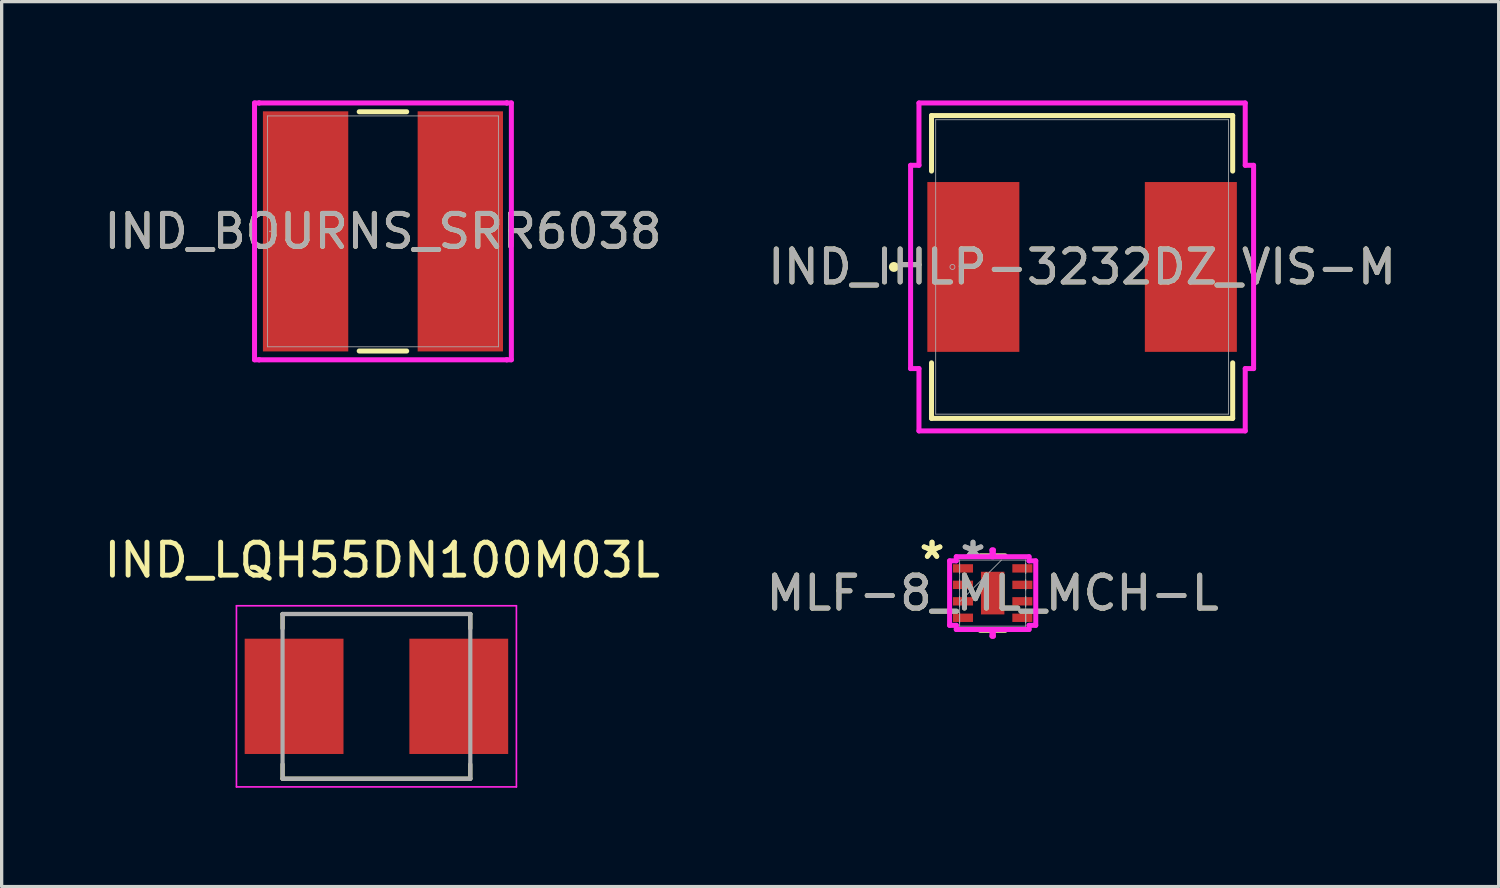
<source format=kicad_pcb>
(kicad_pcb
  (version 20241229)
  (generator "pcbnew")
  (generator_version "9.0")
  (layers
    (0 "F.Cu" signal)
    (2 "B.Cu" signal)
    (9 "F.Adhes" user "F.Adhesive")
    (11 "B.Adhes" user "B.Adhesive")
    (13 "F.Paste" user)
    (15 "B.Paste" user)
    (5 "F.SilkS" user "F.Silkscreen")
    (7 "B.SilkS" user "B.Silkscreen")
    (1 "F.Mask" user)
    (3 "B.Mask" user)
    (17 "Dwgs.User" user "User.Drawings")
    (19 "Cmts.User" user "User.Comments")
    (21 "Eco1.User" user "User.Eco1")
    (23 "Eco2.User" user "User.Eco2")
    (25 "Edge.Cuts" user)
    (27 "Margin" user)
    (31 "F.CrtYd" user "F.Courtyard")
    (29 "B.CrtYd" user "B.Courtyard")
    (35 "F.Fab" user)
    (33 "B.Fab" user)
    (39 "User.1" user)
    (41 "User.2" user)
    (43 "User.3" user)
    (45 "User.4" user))
  (footprint "IND_IHLP-3232DZ_VIS-M"
    (layer "F.Cu")
    (at 29.804 5.055)
    (property "Reference" "IND_IHLP-3232DZ_VIS-M" (at 0 0 0) (unlocked yes) (layer "F.SilkS") (effects (font (size 1 1) (thickness 0.15))))
    (attr smd)
    (fp_line (start -4.572 -4.597) (end -4.572 -2.911) (stroke (width 0.152) (type solid)) (layer "F.SilkS"))
    (fp_line (start -4.572 2.911) (end -4.572 4.597) (stroke (width 0.152) (type solid)) (layer "F.SilkS"))
    (fp_line (start -4.572 4.597) (end 4.572 4.597) (stroke (width 0.152) (type solid)) (layer "F.SilkS"))
    (fp_line (start 4.572 -4.597) (end -4.572 -4.597) (stroke (width 0.152) (type solid)) (layer "F.SilkS"))
    (fp_line (start 4.572 -2.911) (end 4.572 -4.597) (stroke (width 0.152) (type solid)) (layer "F.SilkS"))
    (fp_line (start 4.572 4.597) (end 4.572 2.911) (stroke (width 0.152) (type solid)) (layer "F.SilkS"))
    (fp_circle (center -5.715 0) (end -5.639 0) (stroke (width 0.152) (type solid)) (fill no) (layer "F.SilkS"))
    (fp_line (start -5.207 -3.086) (end -4.953 -3.086) (stroke (width 0.152) (type solid)) (layer "F.CrtYd"))
    (fp_line (start -5.207 3.086) (end -5.207 -3.086) (stroke (width 0.152) (type solid)) (layer "F.CrtYd"))
    (fp_line (start -4.953 -4.978) (end 4.953 -4.978) (stroke (width 0.152) (type solid)) (layer "F.CrtYd"))
    (fp_line (start -4.953 -3.086) (end -4.953 -4.978) (stroke (width 0.152) (type solid)) (layer "F.CrtYd"))
    (fp_line (start -4.953 3.086) (end -5.207 3.086) (stroke (width 0.152) (type solid)) (layer "F.CrtYd"))
    (fp_line (start -4.953 4.978) (end -4.953 3.086) (stroke (width 0.152) (type solid)) (layer "F.CrtYd"))
    (fp_line (start 4.953 -4.978) (end 4.953 -3.086) (stroke (width 0.152) (type solid)) (layer "F.CrtYd"))
    (fp_line (start 4.953 -3.086) (end 5.207 -3.086) (stroke (width 0.152) (type solid)) (layer "F.CrtYd"))
    (fp_line (start 4.953 3.086) (end 4.953 4.978) (stroke (width 0.152) (type solid)) (layer "F.CrtYd"))
    (fp_line (start 4.953 4.978) (end -4.953 4.978) (stroke (width 0.152) (type solid)) (layer "F.CrtYd"))
    (fp_line (start 5.207 -3.086) (end 5.207 3.086) (stroke (width 0.152) (type solid)) (layer "F.CrtYd"))
    (fp_line (start 5.207 3.086) (end 4.953 3.086) (stroke (width 0.152) (type solid)) (layer "F.CrtYd"))
    (fp_line (start -4.445 -4.47) (end -4.445 4.47) (stroke (width 0.025) (type solid)) (layer "F.Fab"))
    (fp_line (start -4.445 4.47) (end 4.445 4.47) (stroke (width 0.025) (type solid)) (layer "F.Fab"))
    (fp_line (start 4.445 -4.47) (end -4.445 -4.47) (stroke (width 0.025) (type solid)) (layer "F.Fab"))
    (fp_line (start 4.445 4.47) (end 4.445 -4.47) (stroke (width 0.025) (type solid)) (layer "F.Fab"))
    (fp_circle (center -3.937 0) (end -3.861 0) (stroke (width 0.025) (type solid)) (fill no) (layer "F.Fab"))
    (fp_text user "${REFERENCE}" (at 0 0 0) (unlocked yes) (layer "F.Fab") (effects (font (size 1 1) (thickness 0.15))))
    (pad "1" smd rect (at -3.302 0 90) (size 5.156 2.794) (layers "F.Cu" "F.Mask" "F.Paste"))
    (pad "2" smd rect (at 3.302 0 90) (size 5.156 2.794) (layers "F.Cu" "F.Mask" "F.Paste"))
    (zone (net_name "") (layer "F.Cu") (hatch full 0.508) (connect_pads) (min_thickness 0.254) (filled_areas_thickness no) (keepout (tracks not_allowed) (vias not_allowed) (pads allowed) (copperpour not_allowed) (footprints allowed)) (placement (enabled no)) (fill) (polygon (pts (xy 25.409 0.635) (xy 34.198 0.635) (xy 34.198 2.426) (xy 25.409 2.426))))
    (zone (net_name "") (layer "F.Cu") (hatch full 0.508) (connect_pads) (min_thickness 0.254) (filled_areas_thickness no) (keepout (tracks not_allowed) (vias not_allowed) (pads allowed) (copperpour not_allowed) (footprints allowed)) (placement (enabled no)) (fill) (polygon (pts (xy 25.409 7.684) (xy 34.198 7.684) (xy 34.198 9.474) (xy 25.409 9.474))))
    (zone (net_name "") (layer "F.Cu") (hatch full 0.508) (connect_pads) (min_thickness 0.254) (filled_areas_thickness no) (keepout (tracks not_allowed) (vias not_allowed) (pads allowed) (copperpour not_allowed) (footprints allowed)) (placement (enabled no)) (fill) (polygon (pts (xy 27.949 2.426) (xy 31.658 2.426) (xy 31.658 7.684) (xy 27.949 7.684)))))
  (footprint "IND_LQH55DN100M03L"
    (layer "F.Cu")
    (at 8.379 18.092)
    (property "Reference" "IND_LQH55DN100M03L" (at 0.175 -4.135 0) (layer "F.SilkS") (effects (font (size 1 1) (thickness 0.15))))
    (attr smd)
    (fp_line (start -2.85 -2.5) (end -2.85 -2.063) (stroke (width 0.127) (type solid)) (layer "F.SilkS"))
    (fp_line (start -2.85 -2.5) (end 2.85 -2.5) (stroke (width 0.127) (type solid)) (layer "F.SilkS"))
    (fp_line (start -2.85 2.5) (end -2.85 2.063) (stroke (width 0.127) (type solid)) (layer "F.SilkS"))
    (fp_line (start 2.85 -2.5) (end 2.85 -2.063) (stroke (width 0.127) (type solid)) (layer "F.SilkS"))
    (fp_line (start 2.85 2.5) (end -2.85 2.5) (stroke (width 0.127) (type solid)) (layer "F.SilkS"))
    (fp_line (start 2.85 2.5) (end 2.85 2.063) (stroke (width 0.127) (type solid)) (layer "F.SilkS"))
    (fp_line (start -4.25 -2.75) (end 4.25 -2.75) (stroke (width 0.05) (type solid)) (layer "F.CrtYd"))
    (fp_line (start -4.25 2.75) (end -4.25 -2.75) (stroke (width 0.05) (type solid)) (layer "F.CrtYd"))
    (fp_line (start 4.25 -2.75) (end 4.25 2.75) (stroke (width 0.05) (type solid)) (layer "F.CrtYd"))
    (fp_line (start 4.25 2.75) (end -4.25 2.75) (stroke (width 0.05) (type solid)) (layer "F.CrtYd"))
    (fp_line (start -2.85 -2.5) (end 2.85 -2.5) (stroke (width 0.127) (type solid)) (layer "F.Fab"))
    (fp_line (start -2.85 2.5) (end -2.85 -2.5) (stroke (width 0.127) (type solid)) (layer "F.Fab"))
    (fp_line (start 2.85 -2.5) (end 2.85 2.5) (stroke (width 0.127) (type solid)) (layer "F.Fab"))
    (fp_line (start 2.85 2.5) (end -2.85 2.5) (stroke (width 0.127) (type solid)) (layer "F.Fab"))
    (pad "1" smd rect (at -2.5 0) (size 3 3.5) (layers "F.Cu" "F.Mask" "F.Paste"))
    (pad "2" smd rect (at 2.5 0) (size 3 3.5) (layers "F.Cu" "F.Mask" "F.Paste")))
  (footprint "MLF-8_ML_MCH-L"
    (layer "F.Cu")
    (at 27.089 14.957)
    (property "Reference" "MLF-8_ML_MCH-L" (at 0 0 0) (unlocked yes) (layer "F.SilkS") (effects (font (size 1 1) (thickness 0.15))))
    (attr smd)
    (fp_line (start -0.381 1.13) (end 0.381 1.13) (stroke (width 0.152) (type solid)) (layer "F.SilkS"))
    (fp_line (start 0.381 -1.13) (end -0.381 -1.13) (stroke (width 0.152) (type solid)) (layer "F.SilkS"))
    (fp_line (start -1.308 -0.979) (end -1.105 -0.979) (stroke (width 0.152) (type solid)) (layer "F.CrtYd"))
    (fp_line (start -1.308 0.979) (end -1.308 -0.979) (stroke (width 0.152) (type solid)) (layer "F.CrtYd"))
    (fp_line (start -1.105 -1.105) (end 0.021 -1.105) (stroke (width 0.152) (type solid)) (layer "F.CrtYd"))
    (fp_line (start -1.105 -0.979) (end -1.105 -1.105) (stroke (width 0.152) (type solid)) (layer "F.CrtYd"))
    (fp_line (start -1.105 0.979) (end -1.308 0.979) (stroke (width 0.152) (type solid)) (layer "F.CrtYd"))
    (fp_line (start -1.105 1.105) (end -1.105 0.979) (stroke (width 0.152) (type solid)) (layer "F.CrtYd"))
    (fp_line (start -0.021 -1.308) (end -0.021 -1.105) (stroke (width 0.152) (type solid)) (layer "F.CrtYd"))
    (fp_line (start -0.021 -1.105) (end 1.105 -1.105) (stroke (width 0.152) (type solid)) (layer "F.CrtYd"))
    (fp_line (start -0.021 1.105) (end -0.021 1.308) (stroke (width 0.152) (type solid)) (layer "F.CrtYd"))
    (fp_line (start -0.021 1.308) (end 0.021 1.308) (stroke (width 0.152) (type solid)) (layer "F.CrtYd"))
    (fp_line (start 0.021 -1.308) (end -0.021 -1.308) (stroke (width 0.152) (type solid)) (layer "F.CrtYd"))
    (fp_line (start 0.021 -1.105) (end 0.021 -1.308) (stroke (width 0.152) (type solid)) (layer "F.CrtYd"))
    (fp_line (start 0.021 1.105) (end -1.105 1.105) (stroke (width 0.152) (type solid)) (layer "F.CrtYd"))
    (fp_line (start 0.021 1.308) (end 0.021 1.105) (stroke (width 0.152) (type solid)) (layer "F.CrtYd"))
    (fp_line (start 1.105 -1.105) (end 1.105 -0.979) (stroke (width 0.152) (type solid)) (layer "F.CrtYd"))
    (fp_line (start 1.105 -0.979) (end 1.308 -0.979) (stroke (width 0.152) (type solid)) (layer "F.CrtYd"))
    (fp_line (start 1.105 0.979) (end 1.105 1.105) (stroke (width 0.152) (type solid)) (layer "F.CrtYd"))
    (fp_line (start 1.105 1.105) (end -0.021 1.105) (stroke (width 0.152) (type solid)) (layer "F.CrtYd"))
    (fp_line (start 1.308 -0.979) (end 1.308 0.979) (stroke (width 0.152) (type solid)) (layer "F.CrtYd"))
    (fp_line (start 1.308 0.979) (end 1.105 0.979) (stroke (width 0.152) (type solid)) (layer "F.CrtYd"))
    (fp_line (start -1.003 -1.003) (end -1.003 -1.003) (stroke (width 0.025) (type solid)) (layer "F.Fab"))
    (fp_line (start -1.003 -1.003) (end -1.003 1.003) (stroke (width 0.025) (type solid)) (layer "F.Fab"))
    (fp_line (start -1.003 -0.902) (end -1.003 -0.902) (stroke (width 0.025) (type solid)) (layer "F.Fab"))
    (fp_line (start -1.003 -0.902) (end -1.003 -0.598) (stroke (width 0.025) (type solid)) (layer "F.Fab"))
    (fp_line (start -1.003 -0.598) (end -1.003 -0.902) (stroke (width 0.025) (type solid)) (layer "F.Fab"))
    (fp_line (start -1.003 -0.598) (end -1.003 -0.598) (stroke (width 0.025) (type solid)) (layer "F.Fab"))
    (fp_line (start -1.003 -0.402) (end -1.003 -0.402) (stroke (width 0.025) (type solid)) (layer "F.Fab"))
    (fp_line (start -1.003 -0.402) (end -1.003 -0.098) (stroke (width 0.025) (type solid)) (layer "F.Fab"))
    (fp_line (start -1.003 -0.098) (end -1.003 -0.402) (stroke (width 0.025) (type solid)) (layer "F.Fab"))
    (fp_line (start -1.003 -0.098) (end -1.003 -0.098) (stroke (width 0.025) (type solid)) (layer "F.Fab"))
    (fp_line (start -1.003 0.098) (end -1.003 0.098) (stroke (width 0.025) (type solid)) (layer "F.Fab"))
    (fp_line (start -1.003 0.098) (end -1.003 0.402) (stroke (width 0.025) (type solid)) (layer "F.Fab"))
    (fp_line (start -1.003 0.267) (end 0.267 -1.003) (stroke (width 0.025) (type solid)) (layer "F.Fab"))
    (fp_line (start -1.003 0.402) (end -1.003 0.098) (stroke (width 0.025) (type solid)) (layer "F.Fab"))
    (fp_line (start -1.003 0.402) (end -1.003 0.402) (stroke (width 0.025) (type solid)) (layer "F.Fab"))
    (fp_line (start -1.003 0.598) (end -1.003 0.598) (stroke (width 0.025) (type solid)) (layer "F.Fab"))
    (fp_line (start -1.003 0.598) (end -1.003 0.902) (stroke (width 0.025) (type solid)) (layer "F.Fab"))
    (fp_line (start -1.003 0.902) (end -1.003 0.598) (stroke (width 0.025) (type solid)) (layer "F.Fab"))
    (fp_line (start -1.003 0.902) (end -1.003 0.902) (stroke (width 0.025) (type solid)) (layer "F.Fab"))
    (fp_line (start -1.003 1.003) (end -1.003 1.003) (stroke (width 0.025) (type solid)) (layer "F.Fab"))
    (fp_line (start -1.003 1.003) (end 1.003 1.003) (stroke (width 0.025) (type solid)) (layer "F.Fab"))
    (fp_line (start 1.003 -1.003) (end -1.003 -1.003) (stroke (width 0.025) (type solid)) (layer "F.Fab"))
    (fp_line (start 1.003 -1.003) (end 1.003 -1.003) (stroke (width 0.025) (type solid)) (layer "F.Fab"))
    (fp_line (start 1.003 -0.902) (end 1.003 -0.902) (stroke (width 0.025) (type solid)) (layer "F.Fab"))
    (fp_line (start 1.003 -0.902) (end 1.003 -0.598) (stroke (width 0.025) (type solid)) (layer "F.Fab"))
    (fp_line (start 1.003 -0.598) (end 1.003 -0.902) (stroke (width 0.025) (type solid)) (layer "F.Fab"))
    (fp_line (start 1.003 -0.598) (end 1.003 -0.598) (stroke (width 0.025) (type solid)) (layer "F.Fab"))
    (fp_line (start 1.003 -0.402) (end 1.003 -0.402) (stroke (width 0.025) (type solid)) (layer "F.Fab"))
    (fp_line (start 1.003 -0.402) (end 1.003 -0.098) (stroke (width 0.025) (type solid)) (layer "F.Fab"))
    (fp_line (start 1.003 -0.098) (end 1.003 -0.402) (stroke (width 0.025) (type solid)) (layer "F.Fab"))
    (fp_line (start 1.003 -0.098) (end 1.003 -0.098) (stroke (width 0.025) (type solid)) (layer "F.Fab"))
    (fp_line (start 1.003 0.098) (end 1.003 0.098) (stroke (width 0.025) (type solid)) (layer "F.Fab"))
    (fp_line (start 1.003 0.098) (end 1.003 0.402) (stroke (width 0.025) (type solid)) (layer "F.Fab"))
    (fp_line (start 1.003 0.402) (end 1.003 0.098) (stroke (width 0.025) (type solid)) (layer "F.Fab"))
    (fp_line (start 1.003 0.402) (end 1.003 0.402) (stroke (width 0.025) (type solid)) (layer "F.Fab"))
    (fp_line (start 1.003 0.598) (end 1.003 0.598) (stroke (width 0.025) (type solid)) (layer "F.Fab"))
    (fp_line (start 1.003 0.598) (end 1.003 0.902) (stroke (width 0.025) (type solid)) (layer "F.Fab"))
    (fp_line (start 1.003 0.902) (end 1.003 0.598) (stroke (width 0.025) (type solid)) (layer "F.Fab"))
    (fp_line (start 1.003 0.902) (end 1.003 0.902) (stroke (width 0.025) (type solid)) (layer "F.Fab"))
    (fp_line (start 1.003 1.003) (end 1.003 -1.003) (stroke (width 0.025) (type solid)) (layer "F.Fab"))
    (fp_line (start 1.003 1.003) (end 1.003 1.003) (stroke (width 0.025) (type solid)) (layer "F.Fab"))
    (fp_text user "*" (at -1.841 -1 0) (unlocked yes) (layer "F.SilkS") (effects (font (size 1 1) (thickness 0.15))))
    (fp_text user "*" (at -1.841 -1 0) (layer "F.SilkS") (effects (font (size 1 1) (thickness 0.15))))
    (fp_text user "*" (at -0.597 -1 0) (layer "F.Fab") (effects (font (size 1 1) (thickness 0.15))))
    (fp_text user "*" (at -0.597 -1 0) (unlocked yes) (layer "F.Fab") (effects (font (size 1 1) (thickness 0.15))))
    (fp_text user "${REFERENCE}" (at 0 0 0) (unlocked yes) (layer "F.Fab") (effects (font (size 1 1) (thickness 0.15))))
    (pad "1" smd rect (at -0.902 -0.75 90) (size 0.254 0.61) (layers "F.Cu" "F.Mask" "F.Paste"))
    (pad "2" smd rect (at -0.902 -0.25 90) (size 0.254 0.61) (layers "F.Cu" "F.Mask" "F.Paste"))
    (pad "3" smd rect (at -0.902 0.25 90) (size 0.254 0.61) (layers "F.Cu" "F.Mask" "F.Paste"))
    (pad "4" smd rect (at -0.902 0.75 90) (size 0.254 0.61) (layers "F.Cu" "F.Mask" "F.Paste"))
    (pad "5" smd rect (at 0.902 0.75 90) (size 0.254 0.61) (layers "F.Cu" "F.Mask" "F.Paste"))
    (pad "6" smd rect (at 0.902 0.25 90) (size 0.254 0.61) (layers "F.Cu" "F.Mask" "F.Paste"))
    (pad "7" smd rect (at 0.902 -0.25 90) (size 0.254 0.61) (layers "F.Cu" "F.Mask" "F.Paste"))
    (pad "8" smd rect (at 0.902 -0.75 90) (size 0.254 0.61) (layers "F.Cu" "F.Mask" "F.Paste"))
    (pad "9" smd rect (at 0 0) (size 0.711 1.295) (layers "F.Cu" "F.Mask" "F.Paste")))
  (footprint "IND_BOURNS_SRR6038"
    (layer "F.Cu")
    (at 8.577 3.975)
    (property "Reference" "IND_BOURNS_SRR6038" (at 0 0 0) (unlocked yes) (layer "F.SilkS") (effects (font (size 1 1) (thickness 0.15))))
    (attr smd)
    (fp_line (start -0.721 3.632) (end 0.721 3.632) (stroke (width 0.152) (type solid)) (layer "F.SilkS"))
    (fp_line (start 0.721 -3.632) (end -0.721 -3.632) (stroke (width 0.152) (type solid)) (layer "F.SilkS"))
    (fp_line (start -3.899 -3.899) (end -3.759 -3.899) (stroke (width 0.152) (type solid)) (layer "F.CrtYd"))
    (fp_line (start -3.899 3.899) (end -3.899 -3.899) (stroke (width 0.152) (type solid)) (layer "F.CrtYd"))
    (fp_line (start -3.759 -3.899) (end -3.759 -3.899) (stroke (width 0.152) (type solid)) (layer "F.CrtYd"))
    (fp_line (start -3.759 -3.899) (end 3.759 -3.899) (stroke (width 0.152) (type solid)) (layer "F.CrtYd"))
    (fp_line (start -3.759 3.899) (end -3.899 3.899) (stroke (width 0.152) (type solid)) (layer "F.CrtYd"))
    (fp_line (start -3.759 3.899) (end -3.759 3.899) (stroke (width 0.152) (type solid)) (layer "F.CrtYd"))
    (fp_line (start 3.759 -3.899) (end 3.759 -3.899) (stroke (width 0.152) (type solid)) (layer "F.CrtYd"))
    (fp_line (start 3.759 -3.899) (end 3.899 -3.899) (stroke (width 0.152) (type solid)) (layer "F.CrtYd"))
    (fp_line (start 3.759 3.899) (end -3.759 3.899) (stroke (width 0.152) (type solid)) (layer "F.CrtYd"))
    (fp_line (start 3.759 3.899) (end 3.759 3.899) (stroke (width 0.152) (type solid)) (layer "F.CrtYd"))
    (fp_line (start 3.899 -3.899) (end 3.899 3.899) (stroke (width 0.152) (type solid)) (layer "F.CrtYd"))
    (fp_line (start 3.899 3.899) (end 3.759 3.899) (stroke (width 0.152) (type solid)) (layer "F.CrtYd"))
    (fp_line (start -3.505 -3.505) (end -3.505 3.505) (stroke (width 0.025) (type solid)) (layer "F.Fab"))
    (fp_line (start -3.505 3.505) (end 3.505 3.505) (stroke (width 0.025) (type solid)) (layer "F.Fab"))
    (fp_line (start 3.505 -3.505) (end -3.505 -3.505) (stroke (width 0.025) (type solid)) (layer "F.Fab"))
    (fp_line (start 3.505 3.505) (end 3.505 -3.505) (stroke (width 0.025) (type solid)) (layer "F.Fab"))
    (fp_circle (center -3.429 0) (end -3.429 0) (stroke (width 0.025) (type solid)) (fill no) (layer "F.Fab"))
    (fp_text user "${REFERENCE}" (at 0 0 0) (unlocked yes) (layer "F.Fab") (effects (font (size 1 1) (thickness 0.15))))
    (pad "1" smd rect (at -2.349 0) (size 2.591 7.29) (layers "F.Cu" "F.Mask" "F.Paste"))
    (pad "2" smd rect (at 2.349 0) (size 2.591 7.29) (layers "F.Cu" "F.Mask" "F.Paste"))
    (zone (net_name "") (layer "F.Cu") (hatch full 0.508) (connect_pads) (min_thickness 0.254) (filled_areas_thickness no) (keepout (tracks not_allowed) (vias not_allowed) (pads allowed) (copperpour not_allowed) (footprints allowed)) (placement (enabled no)) (fill) (polygon (pts (xy 7.574 0.381) (xy 9.581 0.381) (xy 9.581 7.569) (xy 7.574 7.569)))))
  (gr_rect
    (start -3 -3)
    (end 42.452 23.867)
    (stroke (width 0.1) (type default))
    (fill no)
    (layer "Edge.Cuts")))
</source>
